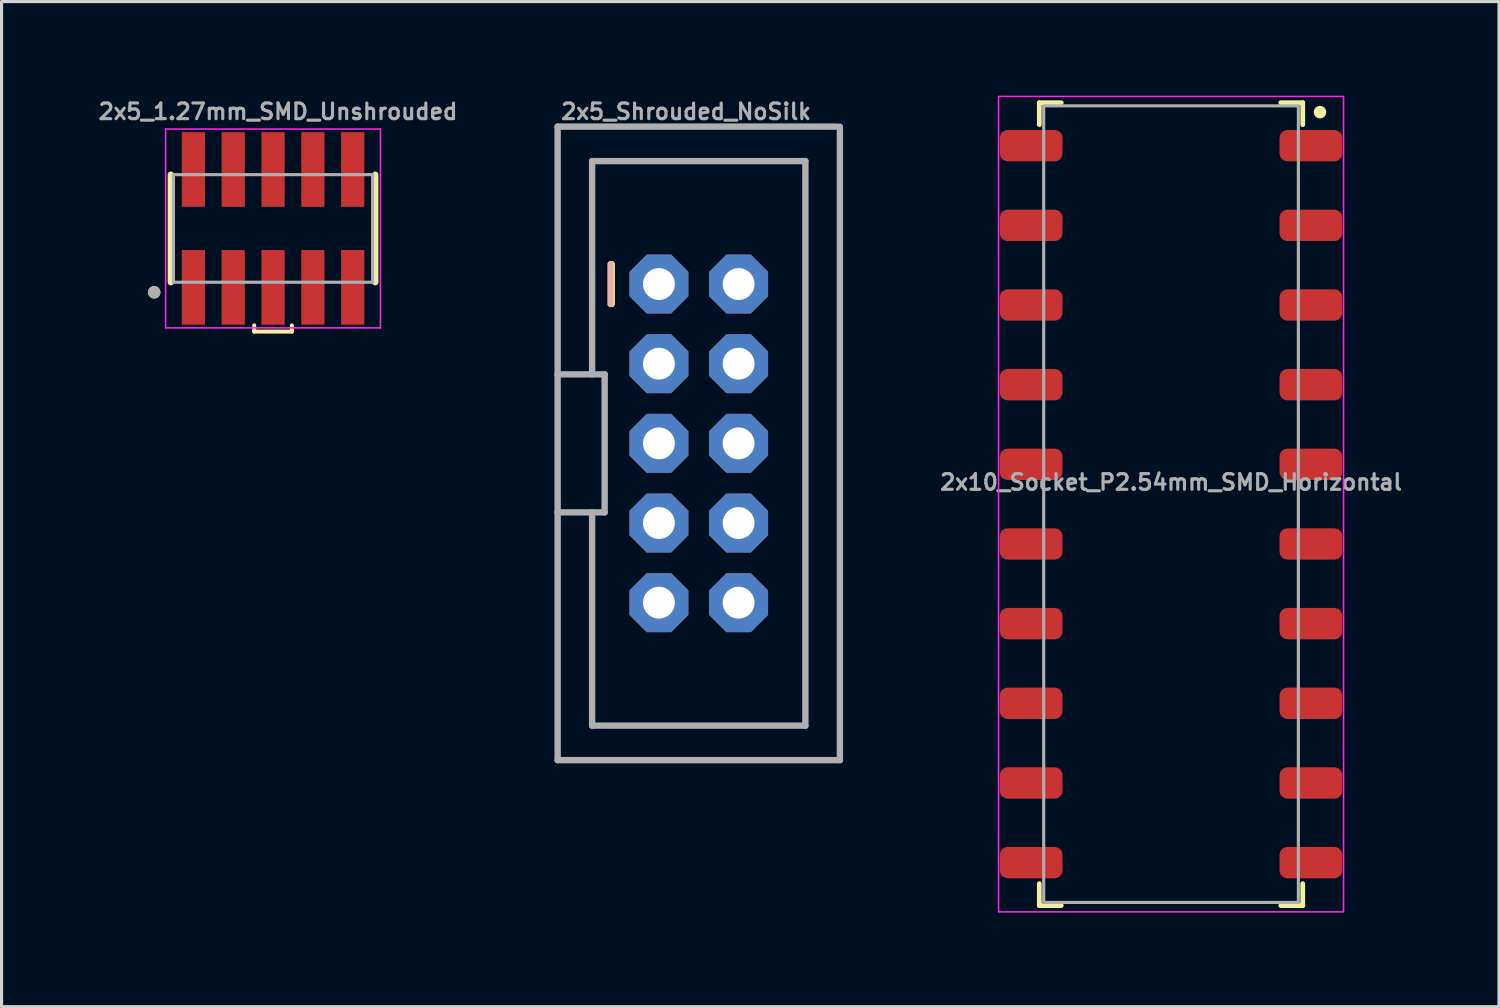
<source format=kicad_pcb>
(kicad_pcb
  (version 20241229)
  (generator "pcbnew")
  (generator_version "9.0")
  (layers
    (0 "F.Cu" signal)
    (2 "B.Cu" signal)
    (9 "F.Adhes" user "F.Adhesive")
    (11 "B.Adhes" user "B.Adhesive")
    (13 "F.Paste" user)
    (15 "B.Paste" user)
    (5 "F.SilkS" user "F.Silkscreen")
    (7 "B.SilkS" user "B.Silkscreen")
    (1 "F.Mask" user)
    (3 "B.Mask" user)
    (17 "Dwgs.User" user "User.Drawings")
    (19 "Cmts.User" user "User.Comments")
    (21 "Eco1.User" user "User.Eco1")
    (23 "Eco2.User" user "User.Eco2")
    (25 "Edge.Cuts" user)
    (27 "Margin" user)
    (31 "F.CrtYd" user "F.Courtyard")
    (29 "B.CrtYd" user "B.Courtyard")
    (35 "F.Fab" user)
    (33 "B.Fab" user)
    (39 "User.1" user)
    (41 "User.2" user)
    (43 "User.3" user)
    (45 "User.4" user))
  (footprint "2x5_Shrouded_NoSilk"
    (layer "F.Cu")
    (at 19.23 11.087)
    (property "Reference" "2x5_Shrouded_NoSilk" (at -4.445 -10.287 0) (layer "F.Fab") (effects (font (size 0.5 0.5) (thickness 0.1)) (justify left bottom)))
    (fp_line (start -2.775 -5.715) (end -2.775 -4.445) (stroke (width 0.203) (type solid)) (layer "F.SilkS"))
    (fp_line (start -2.813 -5.715) (end -2.813 -4.445) (stroke (width 0.203) (type solid)) (layer "B.SilkS"))
    (fp_line (start -4.5 -10.1) (end 4.4 -10.1) (stroke (width 0.203) (type solid)) (layer "F.Fab"))
    (fp_line (start -4.5 -2.2) (end -4.5 -10.1) (stroke (width 0.203) (type solid)) (layer "F.Fab"))
    (fp_line (start -4.5 -2.2) (end -3 -2.2) (stroke (width 0.203) (type solid)) (layer "F.Fab"))
    (fp_line (start -4.5 2.2) (end -4.5 -2.2) (stroke (width 0.203) (type solid)) (layer "F.Fab"))
    (fp_line (start -4.5 10.1) (end -4.5 2.2) (stroke (width 0.203) (type solid)) (layer "F.Fab"))
    (fp_line (start -3.4 -9) (end -3.4 -2.2) (stroke (width 0.203) (type solid)) (layer "F.Fab"))
    (fp_line (start -3.4 -9) (end 3.4 -9) (stroke (width 0.203) (type solid)) (layer "F.Fab"))
    (fp_line (start -3.4 9) (end -3.4 2.2) (stroke (width 0.203) (type solid)) (layer "F.Fab"))
    (fp_line (start -3.4 9) (end 3.4 9) (stroke (width 0.203) (type solid)) (layer "F.Fab"))
    (fp_line (start -3 -2.2) (end -3 2.2) (stroke (width 0.203) (type solid)) (layer "F.Fab"))
    (fp_line (start -3 2.2) (end -4.5 2.2) (stroke (width 0.203) (type solid)) (layer "F.Fab"))
    (fp_line (start 3.4 -9) (end 3.4 9) (stroke (width 0.203) (type solid)) (layer "F.Fab"))
    (fp_line (start 4.5 -10.1) (end 4.5 10.1) (stroke (width 0.203) (type solid)) (layer "F.Fab"))
    (fp_line (start 4.5 10.1) (end -4.5 10.1) (stroke (width 0.203) (type solid)) (layer "F.Fab"))
    (fp_poly (pts (xy -1.524 -4.826) (xy -1.016 -4.826) (xy -1.016 -5.334) (xy -1.524 -5.334)) (stroke (width 0.1) (type default)) (fill no) (layer "F.Fab"))
    (fp_poly (pts (xy -1.524 -2.286) (xy -1.016 -2.286) (xy -1.016 -2.794) (xy -1.524 -2.794)) (stroke (width 0.1) (type default)) (fill no) (layer "F.Fab"))
    (fp_poly (pts (xy -1.524 0.254) (xy -1.016 0.254) (xy -1.016 -0.254) (xy -1.524 -0.254)) (stroke (width 0.1) (type default)) (fill no) (layer "F.Fab"))
    (fp_poly (pts (xy -1.524 2.794) (xy -1.016 2.794) (xy -1.016 2.286) (xy -1.524 2.286)) (stroke (width 0.1) (type default)) (fill no) (layer "F.Fab"))
    (fp_poly (pts (xy -1.524 2.794) (xy -1.016 2.794) (xy -1.016 2.286) (xy -1.524 2.286)) (stroke (width 0.1) (type default)) (fill no) (layer "F.Fab"))
    (fp_poly (pts (xy -1.524 5.334) (xy -1.016 5.334) (xy -1.016 4.826) (xy -1.524 4.826)) (stroke (width 0.1) (type default)) (fill no) (layer "F.Fab"))
    (fp_poly (pts (xy 1.016 -4.826) (xy 1.524 -4.826) (xy 1.524 -5.334) (xy 1.016 -5.334)) (stroke (width 0.1) (type default)) (fill no) (layer "F.Fab"))
    (fp_poly (pts (xy 1.016 -2.286) (xy 1.524 -2.286) (xy 1.524 -2.794) (xy 1.016 -2.794)) (stroke (width 0.1) (type default)) (fill no) (layer "F.Fab"))
    (fp_poly (pts (xy 1.016 0.254) (xy 1.524 0.254) (xy 1.524 -0.254) (xy 1.016 -0.254)) (stroke (width 0.1) (type default)) (fill no) (layer "F.Fab"))
    (fp_poly (pts (xy 1.016 2.794) (xy 1.524 2.794) (xy 1.524 2.286) (xy 1.016 2.286)) (stroke (width 0.1) (type default)) (fill no) (layer "F.Fab"))
    (fp_poly (pts (xy 1.016 2.794) (xy 1.524 2.794) (xy 1.524 2.286) (xy 1.016 2.286)) (stroke (width 0.1) (type default)) (fill no) (layer "F.Fab"))
    (fp_poly (pts (xy 1.016 5.334) (xy 1.524 5.334) (xy 1.524 4.826) (xy 1.016 4.826)) (stroke (width 0.1) (type default)) (fill no) (layer "F.Fab"))
    (pad "1" thru_hole roundrect (at -1.27 -5.08 270) (size 1.88 1.88) (drill 1.016) (layers "*.Cu" "*.Mask") (roundrect_rratio 0.25) (chamfer_ratio 0.293) (chamfer top_left top_right bottom_left bottom_right))
    (pad "2" thru_hole roundrect (at 1.27 -5.08 270) (size 1.88 1.88) (drill 1.016) (layers "*.Cu" "*.Mask") (roundrect_rratio 0.25) (chamfer_ratio 0.293) (chamfer top_left top_right bottom_left bottom_right))
    (pad "3" thru_hole roundrect (at -1.27 -2.54 270) (size 1.88 1.88) (drill 1.016) (layers "*.Cu" "*.Mask") (roundrect_rratio 0.25) (chamfer_ratio 0.293) (chamfer top_left top_right bottom_left bottom_right))
    (pad "4" thru_hole roundrect (at 1.27 -2.54 270) (size 1.88 1.88) (drill 1.016) (layers "*.Cu" "*.Mask") (roundrect_rratio 0.25) (chamfer_ratio 0.293) (chamfer top_left top_right bottom_left bottom_right))
    (pad "5" thru_hole roundrect (at -1.27 0 270) (size 1.88 1.88) (drill 1.016) (layers "*.Cu" "*.Mask") (roundrect_rratio 0.25) (chamfer_ratio 0.293) (chamfer top_left top_right bottom_left bottom_right))
    (pad "6" thru_hole roundrect (at 1.27 0 270) (size 1.88 1.88) (drill 1.016) (layers "*.Cu" "*.Mask") (roundrect_rratio 0.25) (chamfer_ratio 0.293) (chamfer top_left top_right bottom_left bottom_right))
    (pad "7" thru_hole roundrect (at -1.27 2.54 270) (size 1.88 1.88) (drill 1.016) (layers "*.Cu" "*.Mask") (roundrect_rratio 0.25) (chamfer_ratio 0.293) (chamfer top_left top_right bottom_left bottom_right))
    (pad "8" thru_hole roundrect (at 1.27 2.54 270) (size 1.88 1.88) (drill 1.016) (layers "*.Cu" "*.Mask") (roundrect_rratio 0.25) (chamfer_ratio 0.293) (chamfer top_left top_right bottom_left bottom_right))
    (pad "9" thru_hole roundrect (at -1.27 5.08 270) (size 1.88 1.88) (drill 1.016) (layers "*.Cu" "*.Mask") (roundrect_rratio 0.25) (chamfer_ratio 0.293) (chamfer top_left top_right bottom_left bottom_right))
    (pad "10" thru_hole roundrect (at 1.27 5.08 270) (size 1.88 1.88) (drill 1.016) (layers "*.Cu" "*.Mask") (roundrect_rratio 0.25) (chamfer_ratio 0.293) (chamfer top_left top_right bottom_left bottom_right)))
  (footprint "2x10_Socket_P2.54mm_SMD_Horizontal"
    (layer "F.Cu")
    (at 34.289 13.025)
    (property "Reference" "2x10_Socket_P2.54mm_SMD_Horizontal" (at 0 -0.7 0) (unlocked yes) (layer "F.Fab") (effects (font (size 0.5 0.5) (thickness 0.1))))
    (attr smd)
    (fp_line (start -4.2 -12.8) (end -3.5 -12.8) (stroke (width 0.152) (type default)) (layer "F.SilkS"))
    (fp_line (start -4.2 -12.1) (end -4.2 -12.8) (stroke (width 0.152) (type default)) (layer "F.SilkS"))
    (fp_line (start -4.2 12.8) (end -4.2 12.1) (stroke (width 0.152) (type default)) (layer "F.SilkS"))
    (fp_line (start -3.5 12.8) (end -4.2 12.8) (stroke (width 0.152) (type default)) (layer "F.SilkS"))
    (fp_line (start 3.5 -12.8) (end 4.2 -12.8) (stroke (width 0.152) (type default)) (layer "F.SilkS"))
    (fp_line (start 4.2 -12.8) (end 4.2 -12.1) (stroke (width 0.152) (type default)) (layer "F.SilkS"))
    (fp_line (start 4.2 12.1) (end 4.2 12.8) (stroke (width 0.152) (type default)) (layer "F.SilkS"))
    (fp_line (start 4.2 12.8) (end 3.5 12.8) (stroke (width 0.152) (type default)) (layer "F.SilkS"))
    (fp_circle (center 4.75 -12.5) (end 4.85 -12.5) (stroke (width 0.2) (type solid)) (fill yes) (layer "F.SilkS"))
    (fp_rect (start -5.5 -13) (end 5.5 13) (stroke (width 0.05) (type default)) (fill no) (layer "F.CrtYd"))
    (fp_rect (start -4.06 -12.7) (end 4.06 12.7) (stroke (width 0.1) (type default)) (fill no) (layer "F.Fab"))
    (pad "1" smd roundrect (at 4.46 -11.43 90) (size 1 2) (layers "F.Cu" "F.Mask" "F.Paste") (roundrect_rratio 0.25))
    (pad "2" smd roundrect (at -4.46 -11.43 90) (size 1 2) (layers "F.Cu" "F.Mask" "F.Paste") (roundrect_rratio 0.25))
    (pad "3" smd roundrect (at 4.46 -8.89 90) (size 1 2) (layers "F.Cu" "F.Mask" "F.Paste") (roundrect_rratio 0.25))
    (pad "4" smd roundrect (at -4.46 -8.89 90) (size 1 2) (layers "F.Cu" "F.Mask" "F.Paste") (roundrect_rratio 0.25))
    (pad "5" smd roundrect (at 4.46 -6.35 90) (size 1 2) (layers "F.Cu" "F.Mask" "F.Paste") (roundrect_rratio 0.25))
    (pad "6" smd roundrect (at -4.46 -6.35 90) (size 1 2) (layers "F.Cu" "F.Mask" "F.Paste") (roundrect_rratio 0.25))
    (pad "7" smd roundrect (at 4.46 -3.81 90) (size 1 2) (layers "F.Cu" "F.Mask" "F.Paste") (roundrect_rratio 0.25))
    (pad "8" smd roundrect (at -4.46 -3.81 90) (size 1 2) (layers "F.Cu" "F.Mask" "F.Paste") (roundrect_rratio 0.25))
    (pad "9" smd roundrect (at 4.46 -1.27 90) (size 1 2) (layers "F.Cu" "F.Mask" "F.Paste") (roundrect_rratio 0.25))
    (pad "10" smd roundrect (at -4.46 -1.27 90) (size 1 2) (layers "F.Cu" "F.Mask" "F.Paste") (roundrect_rratio 0.25))
    (pad "11" smd roundrect (at 4.46 1.27 90) (size 1 2) (layers "F.Cu" "F.Mask" "F.Paste") (roundrect_rratio 0.25))
    (pad "12" smd roundrect (at -4.46 1.27 90) (size 1 2) (layers "F.Cu" "F.Mask" "F.Paste") (roundrect_rratio 0.25))
    (pad "13" smd roundrect (at 4.46 3.81 90) (size 1 2) (layers "F.Cu" "F.Mask" "F.Paste") (roundrect_rratio 0.25))
    (pad "14" smd roundrect (at -4.46 3.81 90) (size 1 2) (layers "F.Cu" "F.Mask" "F.Paste") (roundrect_rratio 0.25))
    (pad "15" smd roundrect (at 4.46 6.35 90) (size 1 2) (layers "F.Cu" "F.Mask" "F.Paste") (roundrect_rratio 0.25))
    (pad "16" smd roundrect (at -4.46 6.35 90) (size 1 2) (layers "F.Cu" "F.Mask" "F.Paste") (roundrect_rratio 0.25))
    (pad "17" smd roundrect (at 4.46 8.89 90) (size 1 2) (layers "F.Cu" "F.Mask" "F.Paste") (roundrect_rratio 0.25))
    (pad "18" smd roundrect (at -4.46 8.89 90) (size 1 2) (layers "F.Cu" "F.Mask" "F.Paste") (roundrect_rratio 0.25))
    (pad "19" smd roundrect (at 4.46 11.43 90) (size 1 2) (layers "F.Cu" "F.Mask" "F.Paste") (roundrect_rratio 0.25))
    (pad "20" smd roundrect (at -4.46 11.43 90) (size 1 2) (layers "F.Cu" "F.Mask" "F.Paste") (roundrect_rratio 0.25)))
  (footprint "2x5_1.27mm_SMD_Unshrouded"
    (layer "F.Cu")
    (at 5.656 4.234)
    (property "Reference" "2x5_1.27mm_SMD_Unshrouded" (at 0.158 -3.434 0) (unlocked yes) (layer "F.Fab") (effects (font (size 0.5 0.5) (thickness 0.1) (bold yes)) (justify bottom)))
    (fp_line (start -3.26 -1.715) (end -3.26 1.715) (stroke (width 0.2) (type solid)) (layer "F.SilkS"))
    (fp_line (start -0.6 3.09) (end -0.6 3.29) (stroke (width 0.127) (type solid)) (layer "F.SilkS"))
    (fp_line (start -0.6 3.29) (end 0.6 3.29) (stroke (width 0.127) (type solid)) (layer "F.SilkS"))
    (fp_line (start 0.6 3.29) (end 0.6 3.09) (stroke (width 0.127) (type solid)) (layer "F.SilkS"))
    (fp_line (start 3.26 1.715) (end 3.26 -1.715) (stroke (width 0.2) (type solid)) (layer "F.SilkS"))
    (fp_circle (center -3.79 2.035) (end -3.69 2.035) (stroke (width 0.2) (type solid)) (fill no) (layer "F.SilkS"))
    (fp_line (start -3.425 -3.17) (end 3.425 -3.17) (stroke (width 0.05) (type solid)) (layer "F.CrtYd"))
    (fp_line (start -3.425 3.17) (end -3.425 -3.17) (stroke (width 0.05) (type solid)) (layer "F.CrtYd"))
    (fp_line (start 3.425 -3.17) (end 3.425 3.17) (stroke (width 0.05) (type solid)) (layer "F.CrtYd"))
    (fp_line (start 3.425 3.17) (end -3.425 3.17) (stroke (width 0.05) (type solid)) (layer "F.CrtYd"))
    (fp_line (start -3.175 1.715) (end -3.175 -1.715) (stroke (width 0.1) (type solid)) (layer "F.Fab"))
    (fp_line (start -3.175 1.715) (end 3.175 1.715) (stroke (width 0.1) (type solid)) (layer "F.Fab"))
    (fp_line (start 3.175 -1.715) (end -3.175 -1.715) (stroke (width 0.1) (type solid)) (layer "F.Fab"))
    (fp_line (start 3.175 1.715) (end 3.175 -1.715) (stroke (width 0.1) (type solid)) (layer "F.Fab"))
    (fp_circle (center -3.79 2.035) (end -3.69 2.035) (stroke (width 0.2) (type solid)) (fill no) (layer "F.Fab"))
    (pad "1" smd rect (at -2.54 1.88) (size 0.74 2.38) (layers "F.Cu" "F.Mask" "F.Paste"))
    (pad "2" smd rect (at -2.54 -1.88) (size 0.74 2.38) (layers "F.Cu" "F.Mask" "F.Paste"))
    (pad "3" smd rect (at -1.27 1.88) (size 0.74 2.38) (layers "F.Cu" "F.Mask" "F.Paste"))
    (pad "4" smd rect (at -1.27 -1.88) (size 0.74 2.38) (layers "F.Cu" "F.Mask" "F.Paste"))
    (pad "5" smd rect (at 0 1.88) (size 0.74 2.38) (layers "F.Cu" "F.Mask" "F.Paste"))
    (pad "6" smd rect (at 0 -1.88) (size 0.74 2.38) (layers "F.Cu" "F.Mask" "F.Paste"))
    (pad "7" smd rect (at 1.27 1.88) (size 0.74 2.38) (layers "F.Cu" "F.Mask" "F.Paste"))
    (pad "8" smd rect (at 1.27 -1.88) (size 0.74 2.38) (layers "F.Cu" "F.Mask" "F.Paste"))
    (pad "9" smd rect (at 2.54 1.88) (size 0.74 2.38) (layers "F.Cu" "F.Mask" "F.Paste"))
    (pad "10" smd rect (at 2.54 -1.88) (size 0.74 2.38) (layers "F.Cu" "F.Mask" "F.Paste")))
  (gr_rect
    (start -3 -3)
    (end 44.746 29.05)
    (stroke (width 0.1) (type default))
    (fill no)
    (layer "Edge.Cuts")))
</source>
